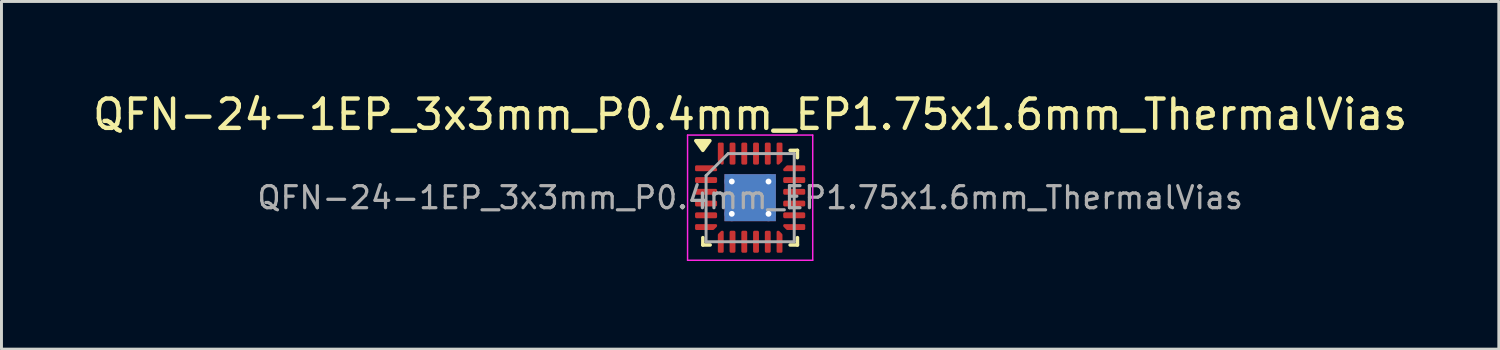
<source format=kicad_pcb>
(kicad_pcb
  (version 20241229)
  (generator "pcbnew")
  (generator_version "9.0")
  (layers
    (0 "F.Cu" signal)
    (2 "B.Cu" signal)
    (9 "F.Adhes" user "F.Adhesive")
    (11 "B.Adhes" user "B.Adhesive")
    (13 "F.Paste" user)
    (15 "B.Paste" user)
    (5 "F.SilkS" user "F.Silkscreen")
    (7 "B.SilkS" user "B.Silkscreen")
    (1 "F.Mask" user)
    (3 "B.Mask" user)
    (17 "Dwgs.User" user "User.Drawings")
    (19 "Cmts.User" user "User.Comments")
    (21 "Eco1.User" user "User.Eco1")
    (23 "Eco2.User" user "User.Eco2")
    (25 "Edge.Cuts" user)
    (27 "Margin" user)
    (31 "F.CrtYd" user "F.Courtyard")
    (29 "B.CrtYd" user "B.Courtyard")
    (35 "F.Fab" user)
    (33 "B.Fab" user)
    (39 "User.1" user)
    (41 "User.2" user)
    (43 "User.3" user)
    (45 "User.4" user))
  (footprint "QFN-24-1EP_3x3mm_P0.4mm_EP1.75x1.6mm_ThermalVias"
    (layer "F.Cu")
    (at 22.482 3.678)
    (property "Reference" "QFN-24-1EP_3x3mm_P0.4mm_EP1.75x1.6mm_ThermalVias" (at 0 -2.83 0) (layer "F.SilkS") (effects (font (size 1 1) (thickness 0.15))))
    (attr smd)
    (fp_line (start -1.61 1.61) (end -1.61 1.36) (stroke (width 0.12) (type solid)) (layer "F.SilkS"))
    (fp_line (start -1.36 1.61) (end -1.61 1.61) (stroke (width 0.12) (type solid)) (layer "F.SilkS"))
    (fp_line (start 1.36 -1.61) (end 1.61 -1.61) (stroke (width 0.12) (type solid)) (layer "F.SilkS"))
    (fp_line (start 1.36 1.61) (end 1.61 1.61) (stroke (width 0.12) (type solid)) (layer "F.SilkS"))
    (fp_line (start 1.61 -1.61) (end 1.61 -1.36) (stroke (width 0.12) (type solid)) (layer "F.SilkS"))
    (fp_line (start 1.61 1.61) (end 1.61 1.36) (stroke (width 0.12) (type solid)) (layer "F.SilkS"))
    (fp_poly (pts (xy -1.61 -1.61) (xy -1.85 -1.94) (xy -1.37 -1.94) (xy -1.61 -1.61)) (stroke (width 0.12) (type solid)) (fill yes) (layer "F.SilkS"))
    (fp_line (start -2.13 -2.13) (end -2.13 2.13) (stroke (width 0.05) (type solid)) (layer "F.CrtYd"))
    (fp_line (start -2.13 2.13) (end 2.13 2.13) (stroke (width 0.05) (type solid)) (layer "F.CrtYd"))
    (fp_line (start 2.13 -2.13) (end -2.13 -2.13) (stroke (width 0.05) (type solid)) (layer "F.CrtYd"))
    (fp_line (start 2.13 2.13) (end 2.13 -2.13) (stroke (width 0.05) (type solid)) (layer "F.CrtYd"))
    (fp_line (start -1.5 -0.75) (end -0.75 -1.5) (stroke (width 0.1) (type solid)) (layer "F.Fab"))
    (fp_line (start -1.5 1.5) (end -1.5 -0.75) (stroke (width 0.1) (type solid)) (layer "F.Fab"))
    (fp_line (start -0.75 -1.5) (end 1.5 -1.5) (stroke (width 0.1) (type solid)) (layer "F.Fab"))
    (fp_line (start 1.5 -1.5) (end 1.5 1.5) (stroke (width 0.1) (type solid)) (layer "F.Fab"))
    (fp_line (start 1.5 1.5) (end -1.5 1.5) (stroke (width 0.1) (type solid)) (layer "F.Fab"))
    (fp_text user "${REFERENCE}" (at 0 0 0) (layer "F.Fab") (effects (font (size 0.75 0.75) (thickness 0.11))))
    (pad "" smd roundrect (at -0.44 -0.4) (size 0.76 0.69) (layers "F.Paste") (roundrect_rratio 0.25))
    (pad "" smd roundrect (at -0.44 0.4) (size 0.76 0.69) (layers "F.Paste") (roundrect_rratio 0.25))
    (pad "" smd roundrect (at 0.44 -0.4) (size 0.76 0.69) (layers "F.Paste") (roundrect_rratio 0.25))
    (pad "" smd roundrect (at 0.44 0.4) (size 0.76 0.69) (layers "F.Paste") (roundrect_rratio 0.25))
    (pad "1" smd custom (at -1.5 -1) (size 0.115 0.115) (layers "F.Cu" "F.Mask" "F.Paste") (options (anchor circle)) (primitives (gr_poly (pts (xy -0.335 -0.06) (xy 0.238 -0.06) (xy 0.335 0.037) (xy 0.335 0.06) (xy -0.335 0.06)) (width 0.08) (fill yes))))
    (pad "2" smd roundrect (at -1.5 -0.6) (size 0.75 0.2) (layers "F.Cu" "F.Mask" "F.Paste") (roundrect_rratio 0.25))
    (pad "3" smd roundrect (at -1.5 -0.2) (size 0.75 0.2) (layers "F.Cu" "F.Mask" "F.Paste") (roundrect_rratio 0.25))
    (pad "4" smd roundrect (at -1.5 0.2) (size 0.75 0.2) (layers "F.Cu" "F.Mask" "F.Paste") (roundrect_rratio 0.25))
    (pad "5" smd roundrect (at -1.5 0.6) (size 0.75 0.2) (layers "F.Cu" "F.Mask" "F.Paste") (roundrect_rratio 0.25))
    (pad "6" smd custom (at -1.5 1) (size 0.115 0.115) (layers "F.Cu" "F.Mask" "F.Paste") (options (anchor circle)) (primitives (gr_poly (pts (xy -0.335 -0.06) (xy 0.335 -0.06) (xy 0.335 -0.037) (xy 0.238 0.06) (xy -0.335 0.06)) (width 0.08) (fill yes))))
    (pad "7" smd custom (at -1 1.5) (size 0.115 0.115) (layers "F.Cu" "F.Mask" "F.Paste") (options (anchor circle)) (primitives (gr_poly (pts (xy -0.06 -0.238) (xy 0.037 -0.335) (xy 0.06 -0.335) (xy 0.06 0.335) (xy -0.06 0.335)) (width 0.08) (fill yes))))
    (pad "8" smd roundrect (at -0.6 1.5) (size 0.2 0.75) (layers "F.Cu" "F.Mask" "F.Paste") (roundrect_rratio 0.25))
    (pad "9" smd roundrect (at -0.2 1.5) (size 0.2 0.75) (layers "F.Cu" "F.Mask" "F.Paste") (roundrect_rratio 0.25))
    (pad "10" smd roundrect (at 0.2 1.5) (size 0.2 0.75) (layers "F.Cu" "F.Mask" "F.Paste") (roundrect_rratio 0.25))
    (pad "11" smd roundrect (at 0.6 1.5) (size 0.2 0.75) (layers "F.Cu" "F.Mask" "F.Paste") (roundrect_rratio 0.25))
    (pad "12" smd custom (at 1 1.5) (size 0.115 0.115) (layers "F.Cu" "F.Mask" "F.Paste") (options (anchor circle)) (primitives (gr_poly (pts (xy -0.06 -0.335) (xy -0.037 -0.335) (xy 0.06 -0.238) (xy 0.06 0.335) (xy -0.06 0.335)) (width 0.08) (fill yes))))
    (pad "13" smd custom (at 1.5 1) (size 0.115 0.115) (layers "F.Cu" "F.Mask" "F.Paste") (options (anchor circle)) (primitives (gr_poly (pts (xy -0.335 -0.06) (xy 0.335 -0.06) (xy 0.335 0.06) (xy -0.238 0.06) (xy -0.335 -0.037)) (width 0.08) (fill yes))))
    (pad "14" smd roundrect (at 1.5 0.6) (size 0.75 0.2) (layers "F.Cu" "F.Mask" "F.Paste") (roundrect_rratio 0.25))
    (pad "15" smd roundrect (at 1.5 0.2) (size 0.75 0.2) (layers "F.Cu" "F.Mask" "F.Paste") (roundrect_rratio 0.25))
    (pad "16" smd roundrect (at 1.5 -0.2) (size 0.75 0.2) (layers "F.Cu" "F.Mask" "F.Paste") (roundrect_rratio 0.25))
    (pad "17" smd roundrect (at 1.5 -0.6) (size 0.75 0.2) (layers "F.Cu" "F.Mask" "F.Paste") (roundrect_rratio 0.25))
    (pad "18" smd custom (at 1.5 -1) (size 0.115 0.115) (layers "F.Cu" "F.Mask" "F.Paste") (options (anchor circle)) (primitives (gr_poly (pts (xy -0.335 0.037) (xy -0.238 -0.06) (xy 0.335 -0.06) (xy 0.335 0.06) (xy -0.335 0.06)) (width 0.08) (fill yes))))
    (pad "19" smd custom (at 1 -1.5) (size 0.115 0.115) (layers "F.Cu" "F.Mask" "F.Paste") (options (anchor circle)) (primitives (gr_poly (pts (xy -0.06 -0.335) (xy 0.06 -0.335) (xy 0.06 0.238) (xy -0.037 0.335) (xy -0.06 0.335)) (width 0.08) (fill yes))))
    (pad "20" smd roundrect (at 0.6 -1.5) (size 0.2 0.75) (layers "F.Cu" "F.Mask" "F.Paste") (roundrect_rratio 0.25))
    (pad "21" smd roundrect (at 0.2 -1.5) (size 0.2 0.75) (layers "F.Cu" "F.Mask" "F.Paste") (roundrect_rratio 0.25))
    (pad "22" smd roundrect (at -0.2 -1.5) (size 0.2 0.75) (layers "F.Cu" "F.Mask" "F.Paste") (roundrect_rratio 0.25))
    (pad "23" smd roundrect (at -0.6 -1.5) (size 0.2 0.75) (layers "F.Cu" "F.Mask" "F.Paste") (roundrect_rratio 0.25))
    (pad "24" smd custom (at -1 -1.5) (size 0.115 0.115) (layers "F.Cu" "F.Mask" "F.Paste") (options (anchor circle)) (primitives (gr_poly (pts (xy -0.06 -0.335) (xy 0.06 -0.335) (xy 0.06 0.335) (xy 0.037 0.335) (xy -0.06 0.238)) (width 0.08) (fill yes))))
    (pad "25" thru_hole circle (at -0.625 -0.55) (size 0.5 0.5) (drill 0.2) (property pad_prop_heatsink) (layers "*.Cu"))
    (pad "25" thru_hole circle (at -0.625 0.55) (size 0.5 0.5) (drill 0.2) (property pad_prop_heatsink) (layers "*.Cu"))
    (pad "25" smd rect (at 0 0) (size 1.75 1.6) (property pad_prop_heatsink) (layers "F.Cu" "F.Mask"))
    (pad "25" smd rect (at 0 0) (size 1.75 1.6) (property pad_prop_heatsink) (layers "B.Cu"))
    (pad "25" thru_hole circle (at 0.625 -0.55) (size 0.5 0.5) (drill 0.2) (property pad_prop_heatsink) (layers "*.Cu"))
    (pad "25" thru_hole circle (at 0.625 0.55) (size 0.5 0.5) (drill 0.2) (property pad_prop_heatsink) (layers "*.Cu")))
  (gr_rect
    (start -3 -3)
    (end 47.964 8.833)
    (stroke (width 0.1) (type default))
    (fill no)
    (layer "Edge.Cuts")))
</source>
